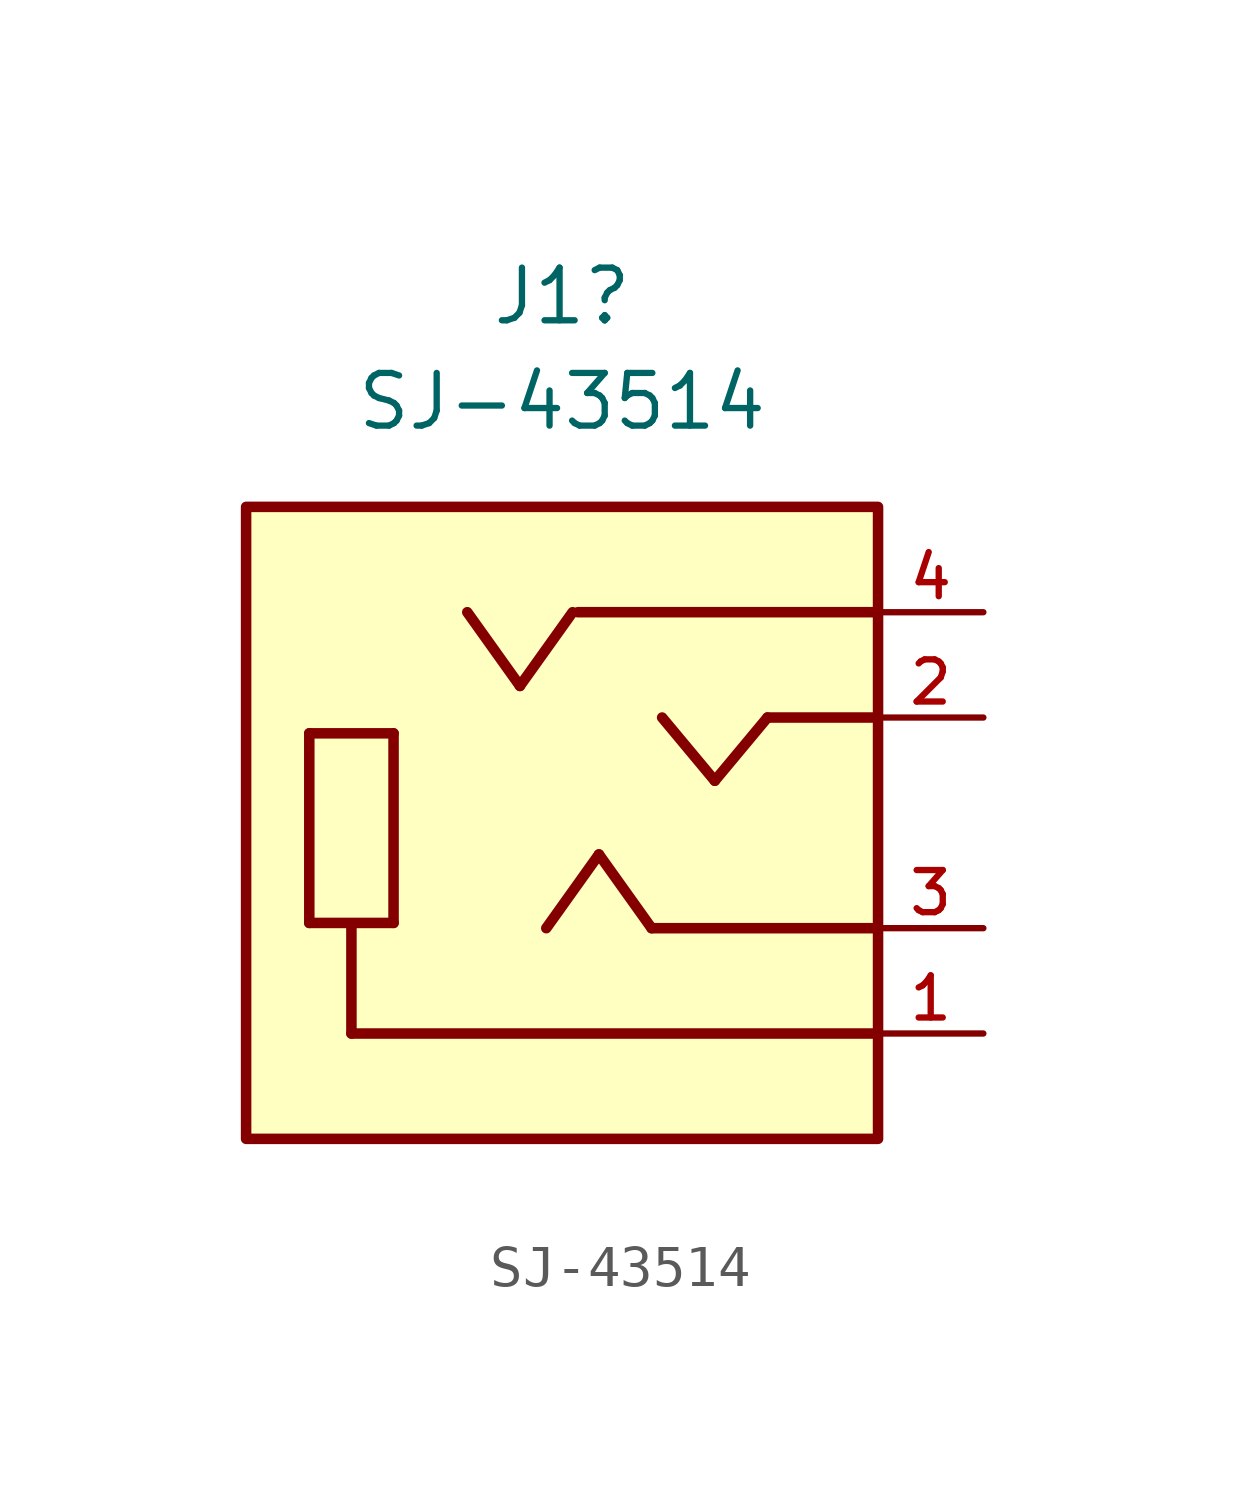
<source format=kicad_sym>
(kicad_symbol_lib
  (version 20231120)
  (generator "kicad_symbol_editor")
  (generator_version "8.0")
  (symbol "SJ-43514"
    (pin_names
      (offset 1.016) hide)
    (property "Reference" "J1"
      (at 0 12.7 0)
      (effects (font (size 1.27 1.27))))
    (property "Value" "SJ-43514"
      (at 0 10.16 0)
      (effects (font (size 1.27 1.27))))
    (property "ki_locked" ""
      (at 0 0 0)
      (effects (font (size 1.27 1.27))))
    (symbol "SJ-43514_0_0"
      (rectangle (start -7.62 -7.62) (end 7.62 7.62) (stroke (width 0.254) (type solid)) (fill (type background)))
      (polyline (pts (xy -6.096 -2.413) (xy -4.064 -2.413)) (stroke (width 0.254) (type solid)) (fill (type none)))
      (polyline (pts (xy -6.096 2.159) (xy -6.096 -2.413)) (stroke (width 0.254) (type solid)) (fill (type none)))
      (polyline (pts (xy -5.08 -5.08) (xy 7.62 -5.08)) (stroke (width 0.254) (type solid)) (fill (type none)))
      (polyline (pts (xy -5.08 -2.54) (xy -5.08 -5.08)) (stroke (width 0.254) (type solid)) (fill (type none)))
      (polyline (pts (xy -4.064 -2.413) (xy -4.064 2.159)) (stroke (width 0.254) (type solid)) (fill (type none)))
      (polyline (pts (xy -4.064 2.159) (xy -6.096 2.159)) (stroke (width 0.254) (type solid)) (fill (type none)))
      (polyline (pts (xy -2.286 5.08) (xy -1.016 3.302)) (stroke (width 0.254) (type solid)) (fill (type none)))
      (polyline (pts (xy -1.016 3.302) (xy 0.254 5.08)) (stroke (width 0.254) (type solid)) (fill (type none)))
      (polyline (pts (xy -0.381 -2.54) (xy 0.889 -0.762)) (stroke (width 0.254) (type solid)) (fill (type none)))
      (polyline (pts (xy 0.381 5.08) (xy 7.62 5.08)) (stroke (width 0.254) (type solid)) (fill (type none)))
      (polyline (pts (xy 0.889 -0.762) (xy 2.159 -2.54)) (stroke (width 0.254) (type solid)) (fill (type none)))
      (polyline (pts (xy 2.159 -2.54) (xy 7.62 -2.54)) (stroke (width 0.254) (type solid)) (fill (type none)))
      (polyline (pts (xy 2.413 2.54) (xy 3.683 1.016)) (stroke (width 0.254) (type solid)) (fill (type none)))
      (polyline (pts (xy 3.683 1.016) (xy 4.953 2.54)) (stroke (width 0.254) (type solid)) (fill (type none)))
      (polyline (pts (xy 4.953 2.54) (xy 7.62 2.54)) (stroke (width 0.254) (type solid)) (fill (type none)))
      (pin passive line (at 10.16 -5.08 180) (length 2.54) (name "~" (effects (font (size 1.016 1.016)))) (number "1" (effects (font (size 1.016 1.016)))))
      (pin passive line (at 10.16 2.54 180) (length 2.54) (name "~" (effects (font (size 1.016 1.016)))) (number "2" (effects (font (size 1.016 1.016)))))
      (pin passive line (at 10.16 -2.54 180) (length 2.54) (name "~" (effects (font (size 1.016 1.016)))) (number "3" (effects (font (size 1.016 1.016)))))
      (pin passive line (at 10.16 5.08 180) (length 2.54) (name "~" (effects (font (size 1.016 1.016)))) (number "4" (effects (font (size 1.016 1.016))))))))
</source>
